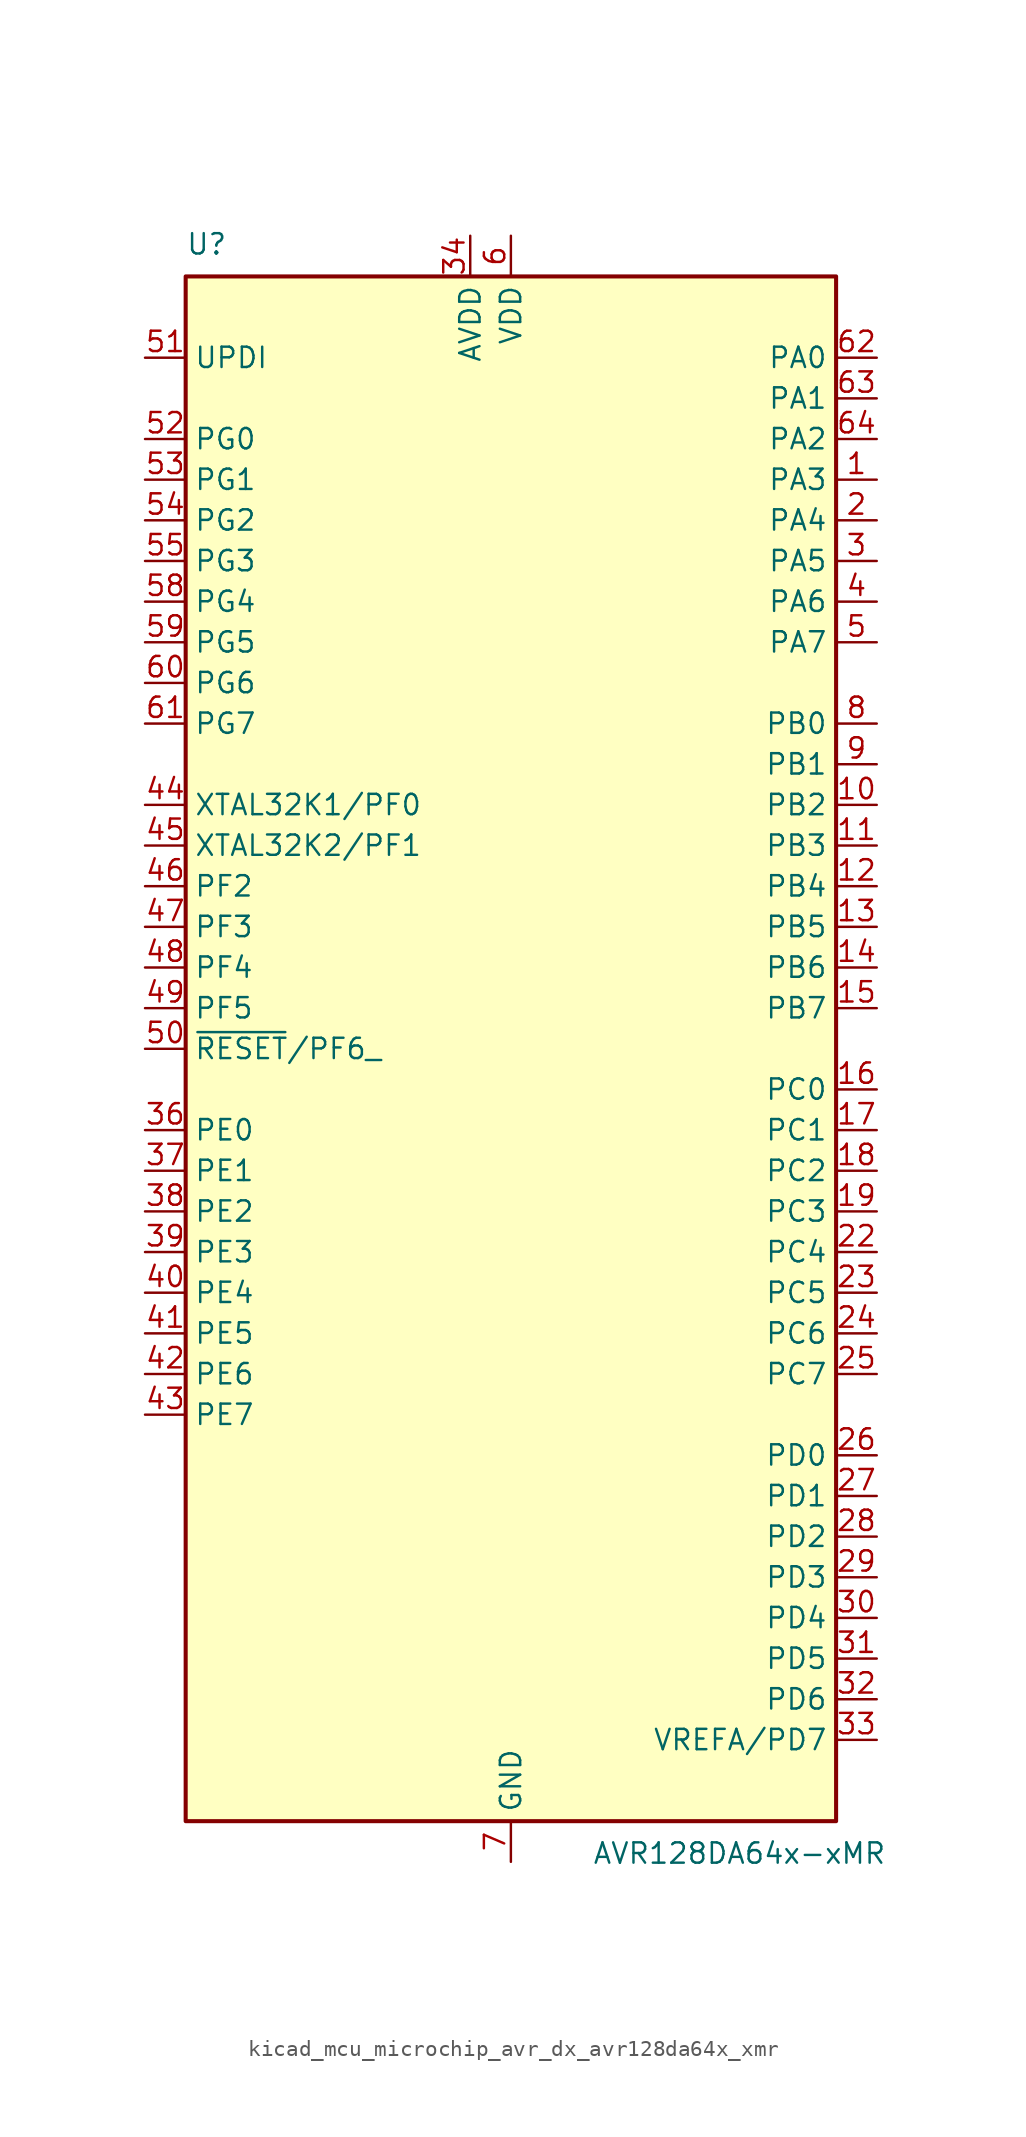
<source format=kicad_sym>
(kicad_symbol_lib
  (version 20220914)
  (generator kicad_symbol_editor)
  (symbol "kicad_mcu_microchip_avr_dx_avr128da64x_xmr"
    (property "Reference" "U"
      (at -20.32 49.53 0)
      (effects (font (size 1.27 1.27)) (justify left bottom)))
    (property "Value" "AVR128DA64x-xMR"
      (at 5.08 -49.53 0)
      (effects (font (size 1.27 1.27)) (justify left top)))
    (symbol "kicad_mcu_microchip_avr_dx_avr128da64x_xmr_0_1"
      (rectangle (start -20.32 48.26) (end 20.32 -48.26) (stroke (width 0.254) (type default)) (fill (type background))))
    (symbol "kicad_mcu_microchip_avr_dx_avr128da64x_xmr_1_1"
      (pin bidirectional line (at 22.86 35.56 180) (length 2.54) (name "PA3" (effects (font (size 1.27 1.27)))) (number "1" (effects (font (size 1.27 1.27)))))
      (pin bidirectional line (at 22.86 15.24 180) (length 2.54) (name "PB2" (effects (font (size 1.27 1.27)))) (number "10" (effects (font (size 1.27 1.27)))))
      (pin bidirectional line (at 22.86 12.7 180) (length 2.54) (name "PB3" (effects (font (size 1.27 1.27)))) (number "11" (effects (font (size 1.27 1.27)))))
      (pin bidirectional line (at 22.86 10.16 180) (length 2.54) (name "PB4" (effects (font (size 1.27 1.27)))) (number "12" (effects (font (size 1.27 1.27)))))
      (pin bidirectional line (at 22.86 7.62 180) (length 2.54) (name "PB5" (effects (font (size 1.27 1.27)))) (number "13" (effects (font (size 1.27 1.27)))))
      (pin bidirectional line (at 22.86 5.08 180) (length 2.54) (name "PB6" (effects (font (size 1.27 1.27)))) (number "14" (effects (font (size 1.27 1.27)))))
      (pin bidirectional line (at 22.86 2.54 180) (length 2.54) (name "PB7" (effects (font (size 1.27 1.27)))) (number "15" (effects (font (size 1.27 1.27)))))
      (pin bidirectional line (at 22.86 -2.54 180) (length 2.54) (name "PC0" (effects (font (size 1.27 1.27)))) (number "16" (effects (font (size 1.27 1.27)))))
      (pin bidirectional line (at 22.86 -5.08 180) (length 2.54) (name "PC1" (effects (font (size 1.27 1.27)))) (number "17" (effects (font (size 1.27 1.27)))))
      (pin bidirectional line (at 22.86 -7.62 180) (length 2.54) (name "PC2" (effects (font (size 1.27 1.27)))) (number "18" (effects (font (size 1.27 1.27)))))
      (pin bidirectional line (at 22.86 -10.16 180) (length 2.54) (name "PC3" (effects (font (size 1.27 1.27)))) (number "19" (effects (font (size 1.27 1.27)))))
      (pin bidirectional line (at 22.86 33.02 180) (length 2.54) (name "PA4" (effects (font (size 1.27 1.27)))) (number "2" (effects (font (size 1.27 1.27)))))
      (pin passive line (at 0 50.8 270) (length 2.54) hide (name "VDD" (effects (font (size 1.27 1.27)))) (number "20" (effects (font (size 1.27 1.27)))))
      (pin passive line (at 0 -50.8 90) (length 2.54) hide (name "GND" (effects (font (size 1.27 1.27)))) (number "21" (effects (font (size 1.27 1.27)))))
      (pin bidirectional line (at 22.86 -12.7 180) (length 2.54) (name "PC4" (effects (font (size 1.27 1.27)))) (number "22" (effects (font (size 1.27 1.27)))))
      (pin bidirectional line (at 22.86 -15.24 180) (length 2.54) (name "PC5" (effects (font (size 1.27 1.27)))) (number "23" (effects (font (size 1.27 1.27)))))
      (pin bidirectional line (at 22.86 -17.78 180) (length 2.54) (name "PC6" (effects (font (size 1.27 1.27)))) (number "24" (effects (font (size 1.27 1.27)))))
      (pin bidirectional line (at 22.86 -20.32 180) (length 2.54) (name "PC7" (effects (font (size 1.27 1.27)))) (number "25" (effects (font (size 1.27 1.27)))))
      (pin bidirectional line (at 22.86 -25.4 180) (length 2.54) (name "PD0" (effects (font (size 1.27 1.27)))) (number "26" (effects (font (size 1.27 1.27)))))
      (pin bidirectional line (at 22.86 -27.94 180) (length 2.54) (name "PD1" (effects (font (size 1.27 1.27)))) (number "27" (effects (font (size 1.27 1.27)))))
      (pin bidirectional line (at 22.86 -30.48 180) (length 2.54) (name "PD2" (effects (font (size 1.27 1.27)))) (number "28" (effects (font (size 1.27 1.27)))))
      (pin bidirectional line (at 22.86 -33.02 180) (length 2.54) (name "PD3" (effects (font (size 1.27 1.27)))) (number "29" (effects (font (size 1.27 1.27)))))
      (pin bidirectional line (at 22.86 30.48 180) (length 2.54) (name "PA5" (effects (font (size 1.27 1.27)))) (number "3" (effects (font (size 1.27 1.27)))))
      (pin bidirectional line (at 22.86 -35.56 180) (length 2.54) (name "PD4" (effects (font (size 1.27 1.27)))) (number "30" (effects (font (size 1.27 1.27)))))
      (pin bidirectional line (at 22.86 -38.1 180) (length 2.54) (name "PD5" (effects (font (size 1.27 1.27)))) (number "31" (effects (font (size 1.27 1.27)))))
      (pin bidirectional line (at 22.86 -40.64 180) (length 2.54) (name "PD6" (effects (font (size 1.27 1.27)))) (number "32" (effects (font (size 1.27 1.27)))))
      (pin bidirectional line (at 22.86 -43.18 180) (length 2.54) (name "VREFA/PD7" (effects (font (size 1.27 1.27)))) (number "33" (effects (font (size 1.27 1.27)))))
      (pin power_in line (at -2.54 50.8 270) (length 2.54) (name "AVDD" (effects (font (size 1.27 1.27)))) (number "34" (effects (font (size 1.27 1.27)))))
      (pin passive line (at 0 -50.8 90) (length 2.54) hide (name "GND" (effects (font (size 1.27 1.27)))) (number "35" (effects (font (size 1.27 1.27)))))
      (pin bidirectional line (at -22.86 -5.08 0) (length 2.54) (name "PE0" (effects (font (size 1.27 1.27)))) (number "36" (effects (font (size 1.27 1.27)))))
      (pin bidirectional line (at -22.86 -7.62 0) (length 2.54) (name "PE1" (effects (font (size 1.27 1.27)))) (number "37" (effects (font (size 1.27 1.27)))))
      (pin bidirectional line (at -22.86 -10.16 0) (length 2.54) (name "PE2" (effects (font (size 1.27 1.27)))) (number "38" (effects (font (size 1.27 1.27)))))
      (pin bidirectional line (at -22.86 -12.7 0) (length 2.54) (name "PE3" (effects (font (size 1.27 1.27)))) (number "39" (effects (font (size 1.27 1.27)))))
      (pin bidirectional line (at 22.86 27.94 180) (length 2.54) (name "PA6" (effects (font (size 1.27 1.27)))) (number "4" (effects (font (size 1.27 1.27)))))
      (pin bidirectional line (at -22.86 -15.24 0) (length 2.54) (name "PE4" (effects (font (size 1.27 1.27)))) (number "40" (effects (font (size 1.27 1.27)))))
      (pin bidirectional line (at -22.86 -17.78 0) (length 2.54) (name "PE5" (effects (font (size 1.27 1.27)))) (number "41" (effects (font (size 1.27 1.27)))))
      (pin bidirectional line (at -22.86 -20.32 0) (length 2.54) (name "PE6" (effects (font (size 1.27 1.27)))) (number "42" (effects (font (size 1.27 1.27)))))
      (pin bidirectional line (at -22.86 -22.86 0) (length 2.54) (name "PE7" (effects (font (size 1.27 1.27)))) (number "43" (effects (font (size 1.27 1.27)))))
      (pin bidirectional line (at -22.86 15.24 0) (length 2.54) (name "XTAL32K1/PF0" (effects (font (size 1.27 1.27)))) (number "44" (effects (font (size 1.27 1.27)))))
      (pin bidirectional line (at -22.86 12.7 0) (length 2.54) (name "XTAL32K2/PF1" (effects (font (size 1.27 1.27)))) (number "45" (effects (font (size 1.27 1.27)))))
      (pin bidirectional line (at -22.86 10.16 0) (length 2.54) (name "PF2" (effects (font (size 1.27 1.27)))) (number "46" (effects (font (size 1.27 1.27)))))
      (pin bidirectional line (at -22.86 7.62 0) (length 2.54) (name "PF3" (effects (font (size 1.27 1.27)))) (number "47" (effects (font (size 1.27 1.27)))))
      (pin bidirectional line (at -22.86 5.08 0) (length 2.54) (name "PF4" (effects (font (size 1.27 1.27)))) (number "48" (effects (font (size 1.27 1.27)))))
      (pin bidirectional line (at -22.86 2.54 0) (length 2.54) (name "PF5" (effects (font (size 1.27 1.27)))) (number "49" (effects (font (size 1.27 1.27)))))
      (pin bidirectional line (at 22.86 25.4 180) (length 2.54) (name "PA7" (effects (font (size 1.27 1.27)))) (number "5" (effects (font (size 1.27 1.27)))))
      (pin bidirectional line (at -22.86 0 0) (length 2.54) (name "~{RESET}/PF6_" (effects (font (size 1.27 1.27)))) (number "50" (effects (font (size 1.27 1.27)))))
      (pin input line (at -22.86 43.18 0) (length 2.54) (name "UPDI" (effects (font (size 1.27 1.27)))) (number "51" (effects (font (size 1.27 1.27)))))
      (pin bidirectional line (at -22.86 38.1 0) (length 2.54) (name "PG0" (effects (font (size 1.27 1.27)))) (number "52" (effects (font (size 1.27 1.27)))))
      (pin bidirectional line (at -22.86 35.56 0) (length 2.54) (name "PG1" (effects (font (size 1.27 1.27)))) (number "53" (effects (font (size 1.27 1.27)))))
      (pin bidirectional line (at -22.86 33.02 0) (length 2.54) (name "PG2" (effects (font (size 1.27 1.27)))) (number "54" (effects (font (size 1.27 1.27)))))
      (pin bidirectional line (at -22.86 30.48 0) (length 2.54) (name "PG3" (effects (font (size 1.27 1.27)))) (number "55" (effects (font (size 1.27 1.27)))))
      (pin passive line (at 0 50.8 270) (length 2.54) hide (name "VDD" (effects (font (size 1.27 1.27)))) (number "56" (effects (font (size 1.27 1.27)))))
      (pin passive line (at 0 -50.8 90) (length 2.54) hide (name "GND" (effects (font (size 1.27 1.27)))) (number "57" (effects (font (size 1.27 1.27)))))
      (pin bidirectional line (at -22.86 27.94 0) (length 2.54) (name "PG4" (effects (font (size 1.27 1.27)))) (number "58" (effects (font (size 1.27 1.27)))))
      (pin bidirectional line (at -22.86 25.4 0) (length 2.54) (name "PG5" (effects (font (size 1.27 1.27)))) (number "59" (effects (font (size 1.27 1.27)))))
      (pin power_in line (at 0 50.8 270) (length 2.54) (name "VDD" (effects (font (size 1.27 1.27)))) (number "6" (effects (font (size 1.27 1.27)))))
      (pin bidirectional line (at -22.86 22.86 0) (length 2.54) (name "PG6" (effects (font (size 1.27 1.27)))) (number "60" (effects (font (size 1.27 1.27)))))
      (pin bidirectional line (at -22.86 20.32 0) (length 2.54) (name "PG7" (effects (font (size 1.27 1.27)))) (number "61" (effects (font (size 1.27 1.27)))))
      (pin bidirectional line (at 22.86 43.18 180) (length 2.54) (name "PA0" (effects (font (size 1.27 1.27)))) (number "62" (effects (font (size 1.27 1.27)))))
      (pin bidirectional line (at 22.86 40.64 180) (length 2.54) (name "PA1" (effects (font (size 1.27 1.27)))) (number "63" (effects (font (size 1.27 1.27)))))
      (pin bidirectional line (at 22.86 38.1 180) (length 2.54) (name "PA2" (effects (font (size 1.27 1.27)))) (number "64" (effects (font (size 1.27 1.27)))))
      (pin passive line (at 0 -50.8 90) (length 2.54) hide (name "GND" (effects (font (size 1.27 1.27)))) (number "65" (effects (font (size 1.27 1.27)))))
      (pin power_in line (at 0 -50.8 90) (length 2.54) (name "GND" (effects (font (size 1.27 1.27)))) (number "7" (effects (font (size 1.27 1.27)))))
      (pin bidirectional line (at 22.86 20.32 180) (length 2.54) (name "PB0" (effects (font (size 1.27 1.27)))) (number "8" (effects (font (size 1.27 1.27)))))
      (pin bidirectional line (at 22.86 17.78 180) (length 2.54) (name "PB1" (effects (font (size 1.27 1.27)))) (number "9" (effects (font (size 1.27 1.27))))))))
</source>
